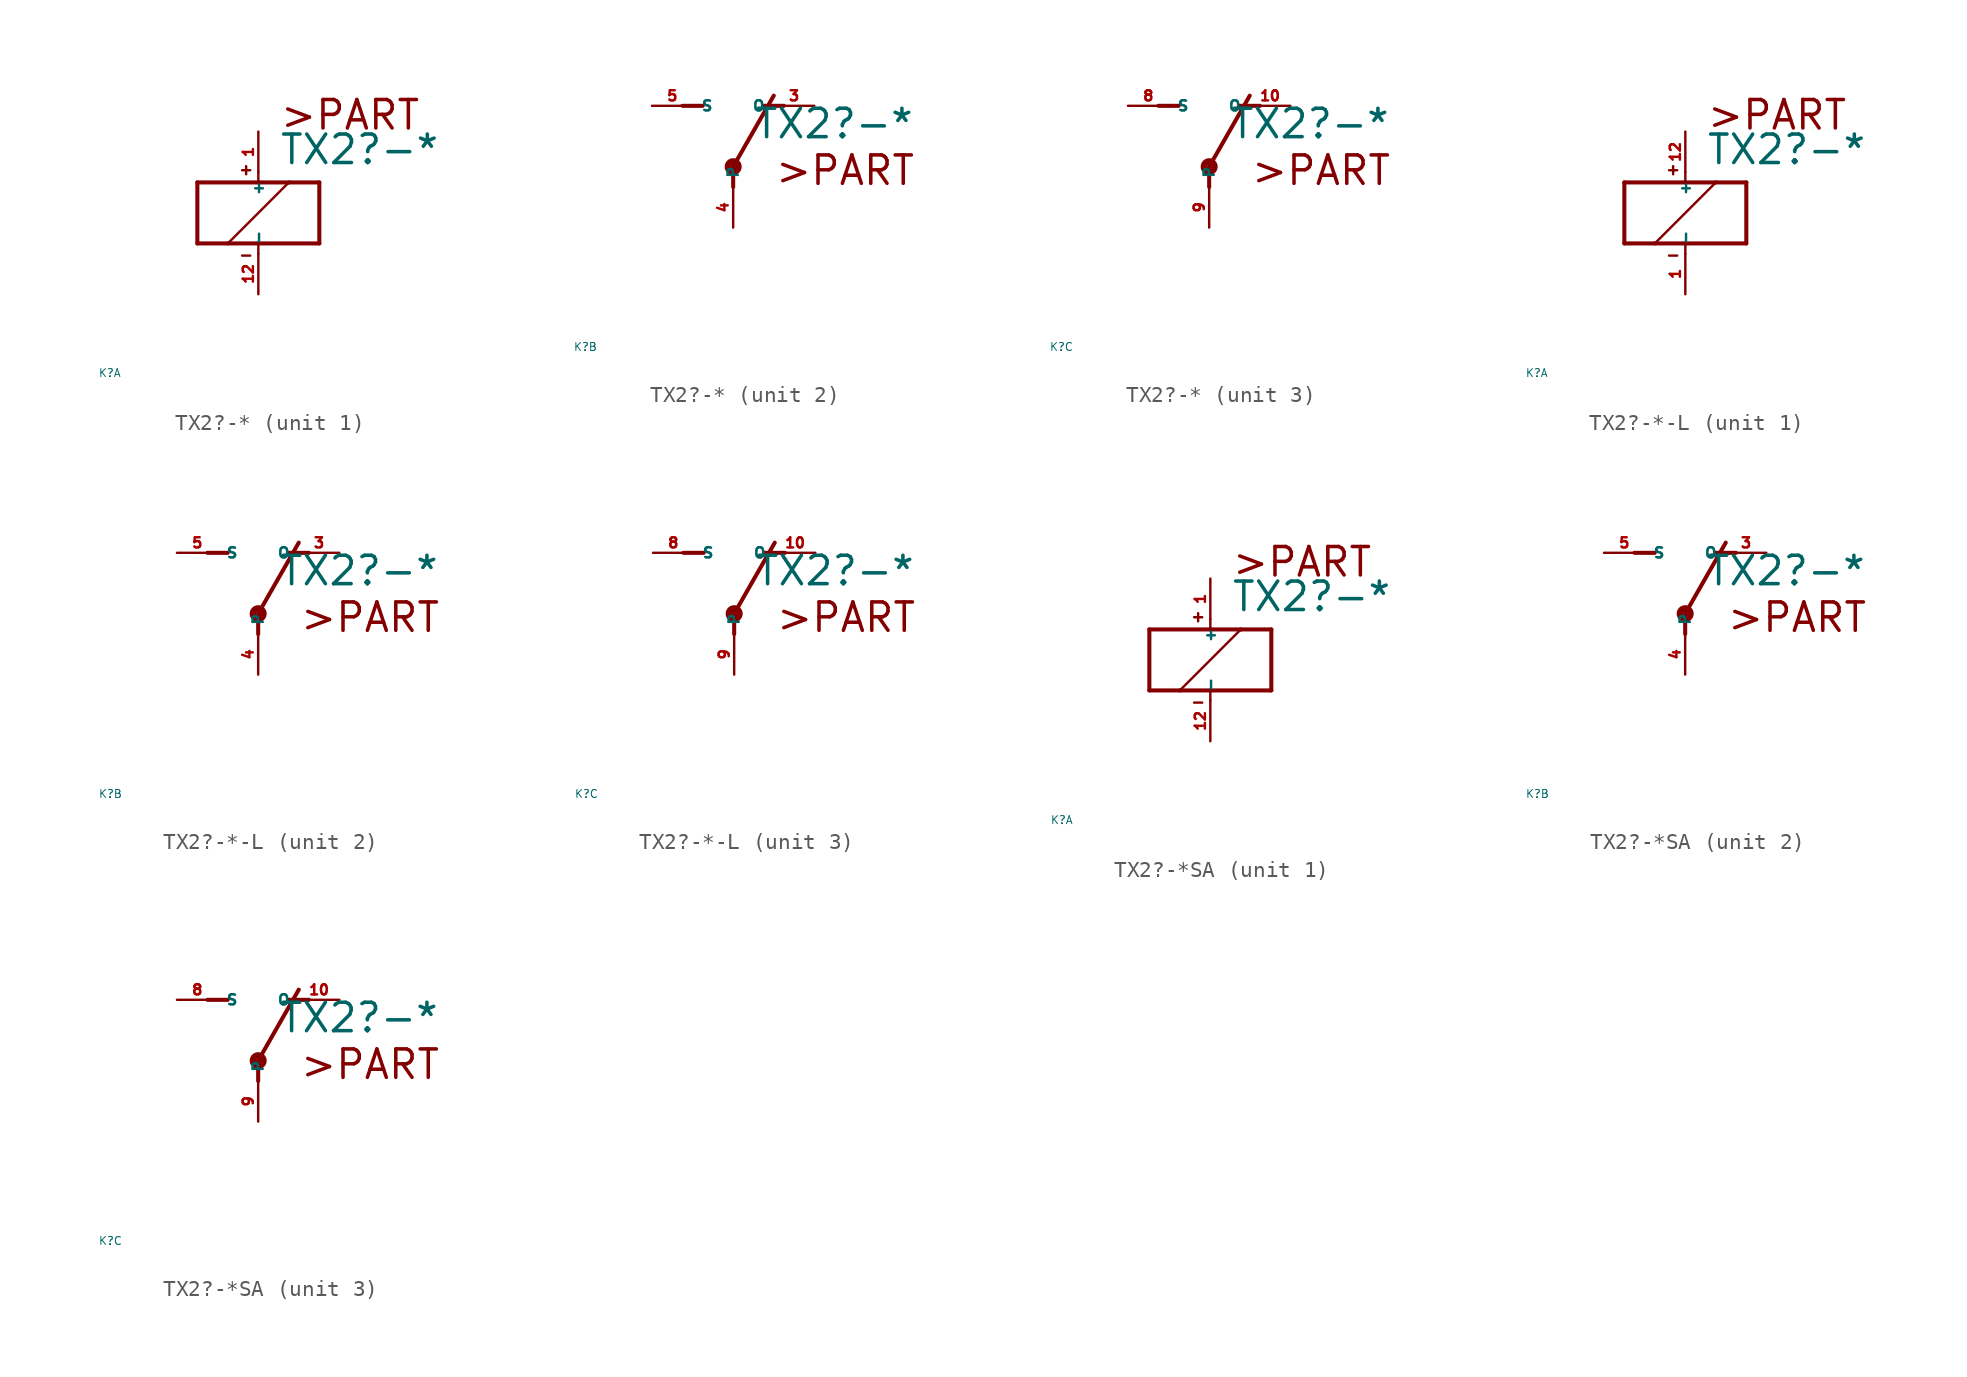
<source format=kicad_sym>
(kicad_symbol_lib
  (version 20220914)
  (generator Eagle2Kicad)
  (symbol "TX2?-*"
    (property "Reference" "K"
      (at -10 -10 0)
      (effects (font (size 0.5 0.5) (thickness 0.06)) (justify left)))
    (property "Value" "TX2?-*"
      (at 1.27 2.921 0)
      (effects (font (size 1.778 1.778) (thickness 0.22)) (justify left bottom)))
    (symbol "TX2?-*_1_0"
      (polyline (pts (xy -3.81 -1.905) (xy -1.905 -1.905)) (stroke (width 0.254) (type default)) (fill (type none)))
      (polyline (pts (xy 3.81 -1.905) (xy 3.81 1.905)) (stroke (width 0.254) (type default)) (fill (type none)))
      (polyline (pts (xy 3.81 1.905) (xy 1.905 1.905)) (stroke (width 0.254) (type default)) (fill (type none)))
      (polyline (pts (xy -3.81 1.905) (xy -3.81 -1.905)) (stroke (width 0.254) (type default)) (fill (type none)))
      (polyline (pts (xy 0 -2.54) (xy 0 -1.905)) (stroke (width 0.152) (type default)) (fill (type none)))
      (polyline (pts (xy 0 -1.905) (xy 3.81 -1.905)) (stroke (width 0.254) (type default)) (fill (type none)))
      (polyline (pts (xy 0 2.54) (xy 0 1.905)) (stroke (width 0.152) (type default)) (fill (type none)))
      (polyline (pts (xy 0 1.905) (xy -3.81 1.905)) (stroke (width 0.254) (type default)) (fill (type none)))
      (polyline (pts (xy -1.905 -1.905) (xy 1.905 1.905)) (stroke (width 0.152) (type default)) (fill (type none)))
      (polyline (pts (xy -1.905 -1.905) (xy 0 -1.905)) (stroke (width 0.254) (type default)) (fill (type none)))
      (polyline (pts (xy 1.905 1.905) (xy 0 1.905)) (stroke (width 0.254) (type default)) (fill (type none)))
      (polyline (pts (xy -1.016 2.667) (xy -0.508 2.667)) (stroke (width 0.152) (type default)) (fill (type none)))
      (polyline (pts (xy -0.762 2.921) (xy -0.762 2.413)) (stroke (width 0.152) (type default)) (fill (type none)))
      (polyline (pts (xy -1.016 -2.667) (xy -0.508 -2.667)) (stroke (width 0.152) (type default)) (fill (type none)))
      (text ">PART" (at 1.27 5.08 0) (effects (font (size 1.778 1.778) (thickness 0.22)) (justify left bottom)))
      (pin passive line (at 0 -5.08 90) (length 2.54) (name "-" (effects (font (size 0.635 0.635) (thickness 0.08)) (justify left bottom))) (number "12" (effects (font (size 0.635 0.635) (thickness 0.08)) (justify left bottom))))
      (pin passive line (at 0 5.08 270) (length 2.54) (name "+" (effects (font (size 0.635 0.635) (thickness 0.08)) (justify left bottom))) (number "1" (effects (font (size 0.635 0.635) (thickness 0.08)) (justify left bottom)))))
    (symbol "TX2?-*_2_0"
      (polyline (pts (xy 3.175 5.08) (xy 1.905 5.08)) (stroke (width 0.254) (type default)) (fill (type none)))
      (polyline (pts (xy -3.175 5.08) (xy -1.905 5.08)) (stroke (width 0.254) (type default)) (fill (type none)))
      (polyline (pts (xy 0 1.27) (xy 2.54 5.715)) (stroke (width 0.254) (type default)) (fill (type none)))
      (polyline (pts (xy 0 1.27) (xy 0 0)) (stroke (width 0.254) (type default)) (fill (type none)))
      (text ">PART" (at 2.54 0 0) (effects (font (size 1.778 1.778) (thickness 0.22)) (justify left bottom)))
      (circle (center 0 1.27) (radius 0.127) (stroke (width 0.406) (type default)) (fill (type none)))
      (pin passive line (at 5.08 5.08 180) (length 2.54) (name "O" (effects (font (size 0.635 0.635) (thickness 0.08)) (justify left bottom))) (number "3" (effects (font (size 0.635 0.635) (thickness 0.08)) (justify left bottom))))
      (pin passive line (at -5.08 5.08 0) (length 2.54) (name "S" (effects (font (size 0.635 0.635) (thickness 0.08)) (justify left bottom))) (number "5" (effects (font (size 0.635 0.635) (thickness 0.08)) (justify left bottom))))
      (pin passive line (at 0 -2.54 90) (length 2.54) (name "P" (effects (font (size 0.635 0.635) (thickness 0.08)) (justify left bottom))) (number "4" (effects (font (size 0.635 0.635) (thickness 0.08)) (justify left bottom)))))
    (symbol "TX2?-*_3_0"
      (polyline (pts (xy 3.175 5.08) (xy 1.905 5.08)) (stroke (width 0.254) (type default)) (fill (type none)))
      (polyline (pts (xy -3.175 5.08) (xy -1.905 5.08)) (stroke (width 0.254) (type default)) (fill (type none)))
      (polyline (pts (xy 0 1.27) (xy 2.54 5.715)) (stroke (width 0.254) (type default)) (fill (type none)))
      (polyline (pts (xy 0 1.27) (xy 0 0)) (stroke (width 0.254) (type default)) (fill (type none)))
      (text ">PART" (at 2.54 0 0) (effects (font (size 1.778 1.778) (thickness 0.22)) (justify left bottom)))
      (circle (center 0 1.27) (radius 0.127) (stroke (width 0.406) (type default)) (fill (type none)))
      (pin passive line (at 5.08 5.08 180) (length 2.54) (name "O" (effects (font (size 0.635 0.635) (thickness 0.08)) (justify left bottom))) (number "10" (effects (font (size 0.635 0.635) (thickness 0.08)) (justify left bottom))))
      (pin passive line (at -5.08 5.08 0) (length 2.54) (name "S" (effects (font (size 0.635 0.635) (thickness 0.08)) (justify left bottom))) (number "8" (effects (font (size 0.635 0.635) (thickness 0.08)) (justify left bottom))))
      (pin passive line (at 0 -2.54 90) (length 2.54) (name "P" (effects (font (size 0.635 0.635) (thickness 0.08)) (justify left bottom))) (number "9" (effects (font (size 0.635 0.635) (thickness 0.08)) (justify left bottom))))))
  (symbol "TX2?-*-L"
    (property "Reference" "K"
      (at -10 -10 0)
      (effects (font (size 0.5 0.5) (thickness 0.06)) (justify left)))
    (property "Value" "TX2?-*"
      (at 1.27 2.921 0)
      (effects (font (size 1.778 1.778) (thickness 0.22)) (justify left bottom)))
    (symbol "TX2?-*-L_1_0"
      (polyline (pts (xy -3.81 -1.905) (xy -1.905 -1.905)) (stroke (width 0.254) (type default)) (fill (type none)))
      (polyline (pts (xy 3.81 -1.905) (xy 3.81 1.905)) (stroke (width 0.254) (type default)) (fill (type none)))
      (polyline (pts (xy 3.81 1.905) (xy 1.905 1.905)) (stroke (width 0.254) (type default)) (fill (type none)))
      (polyline (pts (xy -3.81 1.905) (xy -3.81 -1.905)) (stroke (width 0.254) (type default)) (fill (type none)))
      (polyline (pts (xy 0 -2.54) (xy 0 -1.905)) (stroke (width 0.152) (type default)) (fill (type none)))
      (polyline (pts (xy 0 -1.905) (xy 3.81 -1.905)) (stroke (width 0.254) (type default)) (fill (type none)))
      (polyline (pts (xy 0 2.54) (xy 0 1.905)) (stroke (width 0.152) (type default)) (fill (type none)))
      (polyline (pts (xy 0 1.905) (xy -3.81 1.905)) (stroke (width 0.254) (type default)) (fill (type none)))
      (polyline (pts (xy -1.905 -1.905) (xy 1.905 1.905)) (stroke (width 0.152) (type default)) (fill (type none)))
      (polyline (pts (xy -1.905 -1.905) (xy 0 -1.905)) (stroke (width 0.254) (type default)) (fill (type none)))
      (polyline (pts (xy 1.905 1.905) (xy 0 1.905)) (stroke (width 0.254) (type default)) (fill (type none)))
      (polyline (pts (xy -1.016 2.667) (xy -0.508 2.667)) (stroke (width 0.152) (type default)) (fill (type none)))
      (polyline (pts (xy -0.762 2.921) (xy -0.762 2.413)) (stroke (width 0.152) (type default)) (fill (type none)))
      (polyline (pts (xy -1.016 -2.667) (xy -0.508 -2.667)) (stroke (width 0.152) (type default)) (fill (type none)))
      (text ">PART" (at 1.27 5.08 0) (effects (font (size 1.778 1.778) (thickness 0.22)) (justify left bottom)))
      (pin passive line (at 0 -5.08 90) (length 2.54) (name "-" (effects (font (size 0.635 0.635) (thickness 0.08)) (justify left bottom))) (number "1" (effects (font (size 0.635 0.635) (thickness 0.08)) (justify left bottom))))
      (pin passive line (at 0 5.08 270) (length 2.54) (name "+" (effects (font (size 0.635 0.635) (thickness 0.08)) (justify left bottom))) (number "12" (effects (font (size 0.635 0.635) (thickness 0.08)) (justify left bottom)))))
    (symbol "TX2?-*-L_2_0"
      (polyline (pts (xy 3.175 5.08) (xy 1.905 5.08)) (stroke (width 0.254) (type default)) (fill (type none)))
      (polyline (pts (xy -3.175 5.08) (xy -1.905 5.08)) (stroke (width 0.254) (type default)) (fill (type none)))
      (polyline (pts (xy 0 1.27) (xy 2.54 5.715)) (stroke (width 0.254) (type default)) (fill (type none)))
      (polyline (pts (xy 0 1.27) (xy 0 0)) (stroke (width 0.254) (type default)) (fill (type none)))
      (text ">PART" (at 2.54 0 0) (effects (font (size 1.778 1.778) (thickness 0.22)) (justify left bottom)))
      (circle (center 0 1.27) (radius 0.127) (stroke (width 0.406) (type default)) (fill (type none)))
      (pin passive line (at 5.08 5.08 180) (length 2.54) (name "O" (effects (font (size 0.635 0.635) (thickness 0.08)) (justify left bottom))) (number "3" (effects (font (size 0.635 0.635) (thickness 0.08)) (justify left bottom))))
      (pin passive line (at -5.08 5.08 0) (length 2.54) (name "S" (effects (font (size 0.635 0.635) (thickness 0.08)) (justify left bottom))) (number "5" (effects (font (size 0.635 0.635) (thickness 0.08)) (justify left bottom))))
      (pin passive line (at 0 -2.54 90) (length 2.54) (name "P" (effects (font (size 0.635 0.635) (thickness 0.08)) (justify left bottom))) (number "4" (effects (font (size 0.635 0.635) (thickness 0.08)) (justify left bottom)))))
    (symbol "TX2?-*-L_3_0"
      (polyline (pts (xy 3.175 5.08) (xy 1.905 5.08)) (stroke (width 0.254) (type default)) (fill (type none)))
      (polyline (pts (xy -3.175 5.08) (xy -1.905 5.08)) (stroke (width 0.254) (type default)) (fill (type none)))
      (polyline (pts (xy 0 1.27) (xy 2.54 5.715)) (stroke (width 0.254) (type default)) (fill (type none)))
      (polyline (pts (xy 0 1.27) (xy 0 0)) (stroke (width 0.254) (type default)) (fill (type none)))
      (text ">PART" (at 2.54 0 0) (effects (font (size 1.778 1.778) (thickness 0.22)) (justify left bottom)))
      (circle (center 0 1.27) (radius 0.127) (stroke (width 0.406) (type default)) (fill (type none)))
      (pin passive line (at 5.08 5.08 180) (length 2.54) (name "O" (effects (font (size 0.635 0.635) (thickness 0.08)) (justify left bottom))) (number "10" (effects (font (size 0.635 0.635) (thickness 0.08)) (justify left bottom))))
      (pin passive line (at -5.08 5.08 0) (length 2.54) (name "S" (effects (font (size 0.635 0.635) (thickness 0.08)) (justify left bottom))) (number "8" (effects (font (size 0.635 0.635) (thickness 0.08)) (justify left bottom))))
      (pin passive line (at 0 -2.54 90) (length 2.54) (name "P" (effects (font (size 0.635 0.635) (thickness 0.08)) (justify left bottom))) (number "9" (effects (font (size 0.635 0.635) (thickness 0.08)) (justify left bottom))))))
  (symbol "TX2?-*SA"
    (property "Reference" "K"
      (at -10 -10 0)
      (effects (font (size 0.5 0.5) (thickness 0.06)) (justify left)))
    (property "Value" "TX2?-*"
      (at 1.27 2.921 0)
      (effects (font (size 1.778 1.778) (thickness 0.22)) (justify left bottom)))
    (symbol "TX2?-*SA_1_0"
      (polyline (pts (xy -3.81 -1.905) (xy -1.905 -1.905)) (stroke (width 0.254) (type default)) (fill (type none)))
      (polyline (pts (xy 3.81 -1.905) (xy 3.81 1.905)) (stroke (width 0.254) (type default)) (fill (type none)))
      (polyline (pts (xy 3.81 1.905) (xy 1.905 1.905)) (stroke (width 0.254) (type default)) (fill (type none)))
      (polyline (pts (xy -3.81 1.905) (xy -3.81 -1.905)) (stroke (width 0.254) (type default)) (fill (type none)))
      (polyline (pts (xy 0 -2.54) (xy 0 -1.905)) (stroke (width 0.152) (type default)) (fill (type none)))
      (polyline (pts (xy 0 -1.905) (xy 3.81 -1.905)) (stroke (width 0.254) (type default)) (fill (type none)))
      (polyline (pts (xy 0 2.54) (xy 0 1.905)) (stroke (width 0.152) (type default)) (fill (type none)))
      (polyline (pts (xy 0 1.905) (xy -3.81 1.905)) (stroke (width 0.254) (type default)) (fill (type none)))
      (polyline (pts (xy -1.905 -1.905) (xy 1.905 1.905)) (stroke (width 0.152) (type default)) (fill (type none)))
      (polyline (pts (xy -1.905 -1.905) (xy 0 -1.905)) (stroke (width 0.254) (type default)) (fill (type none)))
      (polyline (pts (xy 1.905 1.905) (xy 0 1.905)) (stroke (width 0.254) (type default)) (fill (type none)))
      (polyline (pts (xy -1.016 2.667) (xy -0.508 2.667)) (stroke (width 0.152) (type default)) (fill (type none)))
      (polyline (pts (xy -0.762 2.921) (xy -0.762 2.413)) (stroke (width 0.152) (type default)) (fill (type none)))
      (polyline (pts (xy -1.016 -2.667) (xy -0.508 -2.667)) (stroke (width 0.152) (type default)) (fill (type none)))
      (text ">PART" (at 1.27 5.08 0) (effects (font (size 1.778 1.778) (thickness 0.22)) (justify left bottom)))
      (pin passive line (at 0 -5.08 90) (length 2.54) (name "-" (effects (font (size 0.635 0.635) (thickness 0.08)) (justify left bottom))) (number "12" (effects (font (size 0.635 0.635) (thickness 0.08)) (justify left bottom))))
      (pin passive line (at 0 5.08 270) (length 2.54) (name "+" (effects (font (size 0.635 0.635) (thickness 0.08)) (justify left bottom))) (number "1" (effects (font (size 0.635 0.635) (thickness 0.08)) (justify left bottom)))))
    (symbol "TX2?-*SA_2_0"
      (polyline (pts (xy 3.175 5.08) (xy 1.905 5.08)) (stroke (width 0.254) (type default)) (fill (type none)))
      (polyline (pts (xy -3.175 5.08) (xy -1.905 5.08)) (stroke (width 0.254) (type default)) (fill (type none)))
      (polyline (pts (xy 0 1.27) (xy 2.54 5.715)) (stroke (width 0.254) (type default)) (fill (type none)))
      (polyline (pts (xy 0 1.27) (xy 0 0)) (stroke (width 0.254) (type default)) (fill (type none)))
      (text ">PART" (at 2.54 0 0) (effects (font (size 1.778 1.778) (thickness 0.22)) (justify left bottom)))
      (circle (center 0 1.27) (radius 0.127) (stroke (width 0.406) (type default)) (fill (type none)))
      (pin passive line (at 5.08 5.08 180) (length 2.54) (name "O" (effects (font (size 0.635 0.635) (thickness 0.08)) (justify left bottom))) (number "3" (effects (font (size 0.635 0.635) (thickness 0.08)) (justify left bottom))))
      (pin passive line (at -5.08 5.08 0) (length 2.54) (name "S" (effects (font (size 0.635 0.635) (thickness 0.08)) (justify left bottom))) (number "5" (effects (font (size 0.635 0.635) (thickness 0.08)) (justify left bottom))))
      (pin passive line (at 0 -2.54 90) (length 2.54) (name "P" (effects (font (size 0.635 0.635) (thickness 0.08)) (justify left bottom))) (number "4" (effects (font (size 0.635 0.635) (thickness 0.08)) (justify left bottom)))))
    (symbol "TX2?-*SA_3_0"
      (polyline (pts (xy 3.175 5.08) (xy 1.905 5.08)) (stroke (width 0.254) (type default)) (fill (type none)))
      (polyline (pts (xy -3.175 5.08) (xy -1.905 5.08)) (stroke (width 0.254) (type default)) (fill (type none)))
      (polyline (pts (xy 0 1.27) (xy 2.54 5.715)) (stroke (width 0.254) (type default)) (fill (type none)))
      (polyline (pts (xy 0 1.27) (xy 0 0)) (stroke (width 0.254) (type default)) (fill (type none)))
      (text ">PART" (at 2.54 0 0) (effects (font (size 1.778 1.778) (thickness 0.22)) (justify left bottom)))
      (circle (center 0 1.27) (radius 0.127) (stroke (width 0.406) (type default)) (fill (type none)))
      (pin passive line (at 5.08 5.08 180) (length 2.54) (name "O" (effects (font (size 0.635 0.635) (thickness 0.08)) (justify left bottom))) (number "10" (effects (font (size 0.635 0.635) (thickness 0.08)) (justify left bottom))))
      (pin passive line (at -5.08 5.08 0) (length 2.54) (name "S" (effects (font (size 0.635 0.635) (thickness 0.08)) (justify left bottom))) (number "8" (effects (font (size 0.635 0.635) (thickness 0.08)) (justify left bottom))))
      (pin passive line (at 0 -2.54 90) (length 2.54) (name "P" (effects (font (size 0.635 0.635) (thickness 0.08)) (justify left bottom))) (number "9" (effects (font (size 0.635 0.635) (thickness 0.08)) (justify left bottom)))))))
</source>
